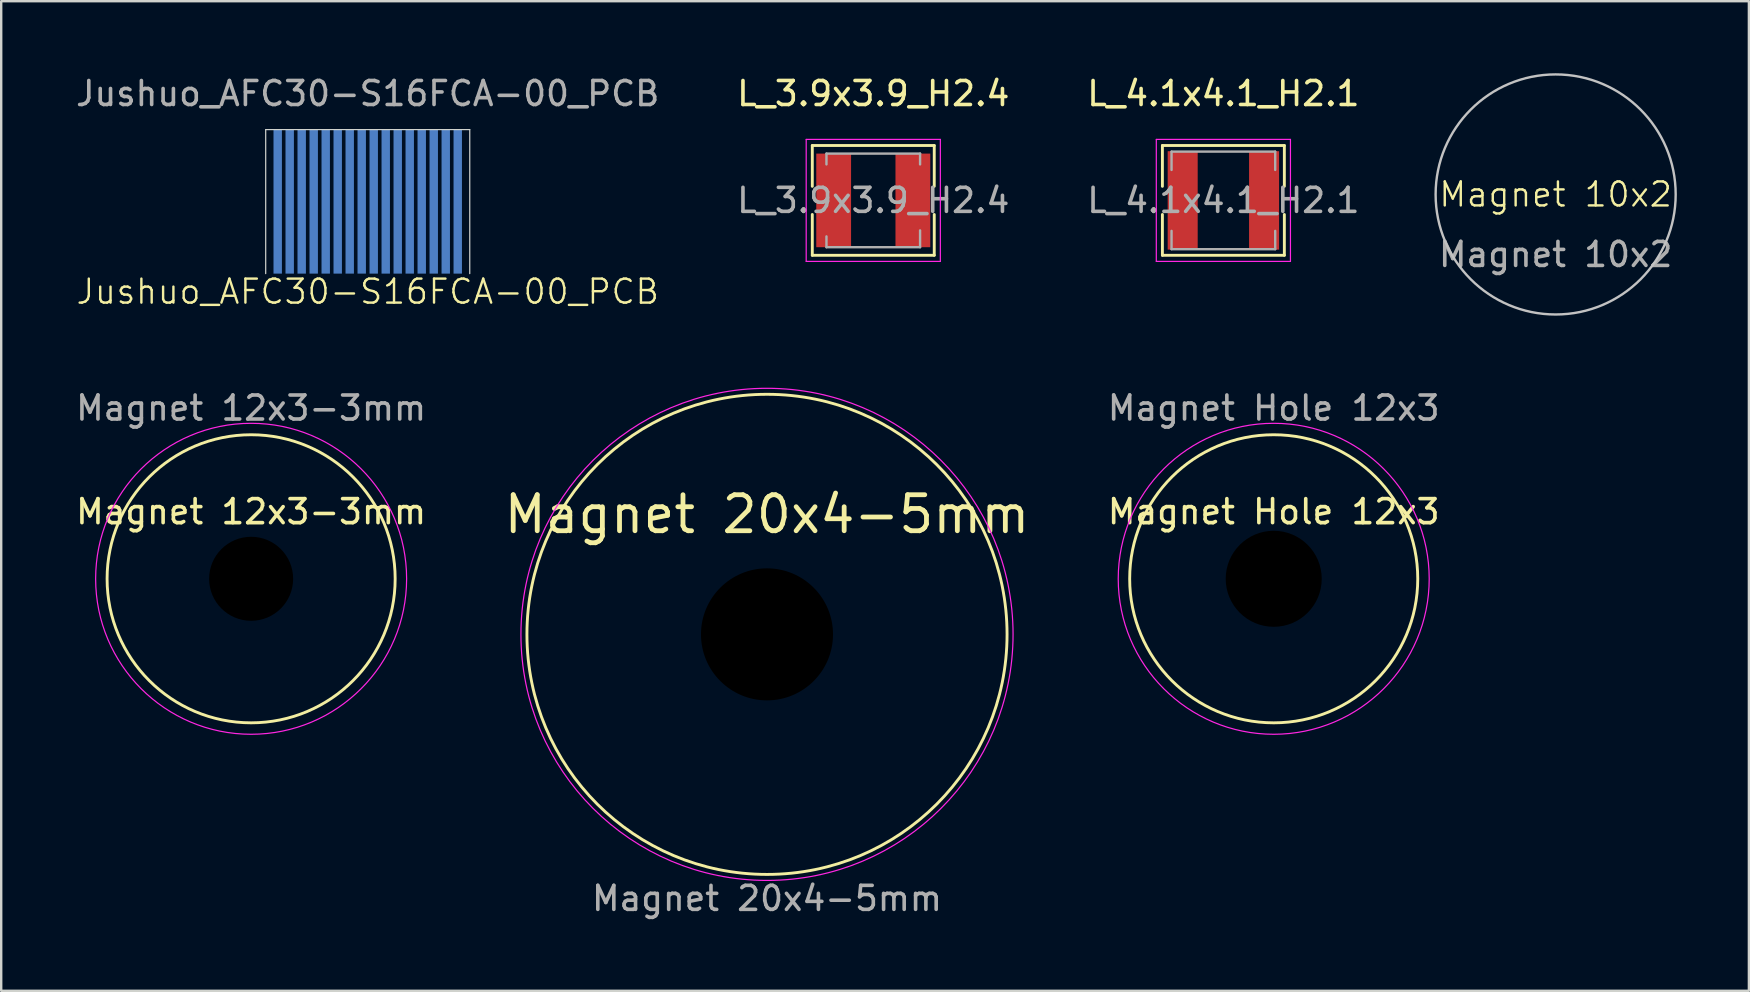
<source format=kicad_pcb>
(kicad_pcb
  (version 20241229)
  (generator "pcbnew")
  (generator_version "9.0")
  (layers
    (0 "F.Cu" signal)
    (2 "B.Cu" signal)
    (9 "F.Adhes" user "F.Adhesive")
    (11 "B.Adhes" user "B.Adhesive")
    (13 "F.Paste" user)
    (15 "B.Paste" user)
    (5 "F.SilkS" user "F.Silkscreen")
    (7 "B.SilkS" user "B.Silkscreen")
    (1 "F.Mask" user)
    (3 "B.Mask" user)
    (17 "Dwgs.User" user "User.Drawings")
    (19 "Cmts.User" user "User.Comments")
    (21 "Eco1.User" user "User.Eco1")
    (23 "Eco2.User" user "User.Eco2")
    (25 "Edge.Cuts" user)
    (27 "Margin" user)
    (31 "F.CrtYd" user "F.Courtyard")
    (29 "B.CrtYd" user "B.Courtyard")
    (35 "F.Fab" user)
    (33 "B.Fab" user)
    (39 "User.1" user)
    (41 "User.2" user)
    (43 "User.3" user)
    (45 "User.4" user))
  (footprint "Jushuo_AFC30-S16FCA-00_PCB"
    (layer "F.Cu")
    (at 12.268 5.348)
    (property "Reference" "Jushuo_AFC30-S16FCA-00_PCB" (at 0 3.75 0) (unlocked yes) (layer "F.SilkS") (effects (font (size 1 1) (thickness 0.1))))
    (attr smd)
    (fp_rect (start -4.25 -3) (end 4.25 0) (stroke (width 0) (type solid)) (fill yes) (layer "F.Mask"))
    (fp_line (start -4.25 -3) (end -4.25 3) (stroke (width 0.05) (type default)) (layer "Edge.Cuts"))
    (fp_line (start -4.25 -3) (end 4.25 -3) (stroke (width 0.05) (type default)) (layer "Edge.Cuts"))
    (fp_line (start 4.25 -3) (end 4.25 3) (stroke (width 0.05) (type default)) (layer "Edge.Cuts"))
    (fp_text user "${REFERENCE}" (at 0 -4.5 0) (unlocked yes) (layer "F.Fab") (effects (font (size 1 1) (thickness 0.15))))
    (pad "1" smd rect (at -3.75 0) (size 0.35 6) (layers "B.Cu" "B.Mask" "B.Paste"))
    (pad "2" smd rect (at -3.25 0) (size 0.35 6) (layers "B.Cu" "B.Mask" "B.Paste"))
    (pad "3" smd rect (at -2.75 0) (size 0.35 6) (layers "B.Cu" "B.Mask" "B.Paste"))
    (pad "4" smd rect (at -2.25 0) (size 0.35 6) (layers "B.Cu" "B.Mask" "B.Paste"))
    (pad "5" smd rect (at -1.75 0) (size 0.35 6) (layers "B.Cu" "B.Mask" "B.Paste"))
    (pad "6" smd rect (at -1.25 0) (size 0.35 6) (layers "B.Cu" "B.Mask" "B.Paste"))
    (pad "7" smd rect (at -0.75 0) (size 0.35 6) (layers "B.Cu" "B.Mask" "B.Paste"))
    (pad "8" smd rect (at -0.25 0) (size 0.35 6) (layers "B.Cu" "B.Mask" "B.Paste"))
    (pad "9" smd rect (at 0.25 0) (size 0.35 6) (layers "B.Cu" "B.Mask" "B.Paste"))
    (pad "10" smd rect (at 0.75 0) (size 0.35 6) (layers "B.Cu" "B.Mask" "B.Paste"))
    (pad "11" smd rect (at 1.25 0) (size 0.35 6) (layers "B.Cu" "B.Mask" "B.Paste"))
    (pad "12" smd rect (at 1.75 0) (size 0.35 6) (layers "B.Cu" "B.Mask" "B.Paste"))
    (pad "13" smd rect (at 2.25 0) (size 0.35 6) (layers "B.Cu" "B.Mask" "B.Paste"))
    (pad "14" smd rect (at 2.75 0) (size 0.35 6) (layers "B.Cu" "B.Mask" "B.Paste"))
    (pad "15" smd rect (at 3.25 0) (size 0.35 6) (layers "B.Cu" "B.Mask" "B.Paste"))
    (pad "16" smd rect (at 3.75 0) (size 0.35 6) (layers "B.Cu" "B.Mask" "B.Paste")))
  (footprint "Magnet 20x4-5mm"
    (layer "F.Cu")
    (at 28.9 23.375)
    (property "Reference" "Magnet 20x4-5mm" (at 0 -5 0) (unlocked yes) (layer "F.SilkS") (effects (font (size 1.5 1.5) (thickness 0.2))))
    (fp_circle (center 0 0) (end 10 0) (stroke (width 0.12) (type solid)) (fill no) (layer "F.SilkS"))
    (fp_circle (center 0 0) (end 10.25 0) (stroke (width 0.05) (type solid)) (fill no) (layer "F.CrtYd"))
    (fp_text user "${REFERENCE}" (at 0 11 0) (unlocked yes) (layer "F.Fab") (effects (font (size 1 1) (thickness 0.15))))
    (pad "" np_thru_hole circle (at 0 0) (size 5.5 5.5) (drill 5.5) (layers "*.Mask"))
    (zone (net_name "") (layer "F.Cu") (hatch edge 0.508) (connect_pads) (min_thickness 0.254) (filled_areas_thickness no) (keepout (tracks not_allowed) (vias not_allowed) (pads not_allowed) (copperpour not_allowed) (footprints not_allowed)) (placement (enabled no)) (fill) (polygon (pts (xy 38.4 19.375) (xy 39.15 23.384) (xy 38.4 27.375) (xy 36.15 30.625) (xy 32.9 32.875) (xy 28.9 33.625) (xy 24.9 32.875) (xy 21.65 30.625) (xy 19.4 27.375) (xy 18.65 23.384) (xy 19.4 19.375) (xy 21.65 16.125) (xy 24.9 13.875) (xy 28.9 13.125) (xy 32.9 13.875) (xy 36.15 16.125)))))
  (footprint "Magnet Hole 12x3"
    (layer "F.Cu")
    (at 50.008 21.06)
    (property "Reference" "Magnet Hole 12x3" (at 0 -2.794 0) (unlocked yes) (layer "F.SilkS") (effects (font (size 1 1) (thickness 0.15))))
    (fp_circle (center 0 0) (end 6 0) (stroke (width 0.12) (type solid)) (fill no) (layer "F.SilkS"))
    (fp_circle (center 0 0) (end 6.477 0) (stroke (width 0.05) (type solid)) (fill no) (layer "F.CrtYd"))
    (fp_text user "${REFERENCE}" (at 0 -7.112 0) (unlocked yes) (layer "F.Fab") (effects (font (size 1 1) (thickness 0.15))))
    (pad "" np_thru_hole circle (at 0 0) (size 4 4) (drill 4) (layers "*.Mask"))
    (zone (net_name "") (layers "F.Cu" "B.Cu") (hatch edge 0.508) (connect_pads) (min_thickness 0.254) (filled_areas_thickness no) (keepout (tracks not_allowed) (vias not_allowed) (pads not_allowed) (copperpour not_allowed) (footprints not_allowed)) (placement (enabled no)) (fill) (polygon (pts (xy 55.901 18.419) (xy 56.485 21.069) (xy 55.901 23.702) (xy 54.58 25.632) (xy 52.65 26.953) (xy 50.005 27.537) (xy 47.367 26.953) (xy 45.436 25.632) (xy 44.116 23.702) (xy 43.531 21.069) (xy 44.116 18.419) (xy 45.436 16.488) (xy 47.418 15.167) (xy 50.008 14.583) (xy 52.65 15.167) (xy 54.58 16.488)))))
  (footprint "L_4.1x4.1_H2.1"
    (layer "F.Cu")
    (at 47.911 5.298)
    (property "Reference" "L_4.1x4.1_H2.1" (at 0 -4.45 0) (layer "F.SilkS") (effects (font (size 1 1) (thickness 0.15))))
    (attr smd)
    (fp_line (start -2.54 -2.286) (end 2.54 -2.286) (stroke (width 0.12) (type solid)) (layer "F.SilkS"))
    (fp_line (start -2.54 -0.586) (end -2.54 -2.286) (stroke (width 0.12) (type solid)) (layer "F.SilkS"))
    (fp_line (start -2.54 2.286) (end -2.54 0.586) (stroke (width 0.12) (type solid)) (layer "F.SilkS"))
    (fp_line (start 2.54 -2.286) (end 2.54 -0.586) (stroke (width 0.12) (type solid)) (layer "F.SilkS"))
    (fp_line (start 2.54 0.586) (end 2.54 2.286) (stroke (width 0.12) (type solid)) (layer "F.SilkS"))
    (fp_line (start 2.54 2.286) (end -2.54 2.286) (stroke (width 0.12) (type solid)) (layer "F.SilkS"))
    (fp_line (start -2.794 -2.54) (end -2.794 2.54) (stroke (width 0.05) (type solid)) (layer "F.CrtYd"))
    (fp_line (start -2.794 2.54) (end 2.794 2.54) (stroke (width 0.05) (type solid)) (layer "F.CrtYd"))
    (fp_line (start 2.794 -2.54) (end -2.794 -2.54) (stroke (width 0.05) (type solid)) (layer "F.CrtYd"))
    (fp_line (start 2.794 2.54) (end 2.794 -2.54) (stroke (width 0.05) (type solid)) (layer "F.CrtYd"))
    (fp_line (start -2.159 -2.032) (end -2.159 -1.27) (stroke (width 0.1) (type solid)) (layer "F.Fab"))
    (fp_line (start -2.159 -2.032) (end 2.159 -2.032) (stroke (width 0.1) (type solid)) (layer "F.Fab"))
    (fp_line (start -2.159 2.032) (end -2.159 1.27) (stroke (width 0.1) (type solid)) (layer "F.Fab"))
    (fp_line (start -2.159 2.032) (end 2.159 2.032) (stroke (width 0.1) (type solid)) (layer "F.Fab"))
    (fp_line (start 2.159 -2.032) (end 2.159 -1.27) (stroke (width 0.1) (type solid)) (layer "F.Fab"))
    (fp_line (start 2.159 2.032) (end 2.159 1.27) (stroke (width 0.1) (type solid)) (layer "F.Fab"))
    (fp_text user "${REFERENCE}" (at 0 0 0) (layer "F.Fab") (effects (font (size 1 1) (thickness 0.15))))
    (pad "1" smd rect (at -1.695 0) (size 1.25 4.1) (layers "F.Cu" "F.Mask" "F.Paste"))
    (pad "2" smd rect (at 1.695 0) (size 1.25 4.1) (layers "F.Cu" "F.Mask" "F.Paste")))
  (footprint "Magnet 12x3-3mm"
    (layer "F.Cu")
    (at 7.411 21.06)
    (property "Reference" "Magnet 12x3-3mm" (at 0 -2.794 0) (unlocked yes) (layer "F.SilkS") (effects (font (size 1 1) (thickness 0.15))))
    (fp_circle (center 0 0) (end 6 0) (stroke (width 0.12) (type solid)) (fill no) (layer "F.SilkS"))
    (fp_circle (center 0 0) (end 6.477 0) (stroke (width 0.05) (type solid)) (fill no) (layer "F.CrtYd"))
    (fp_text user "${REFERENCE}" (at 0 -7.112 0) (unlocked yes) (layer "F.Fab") (effects (font (size 1 1) (thickness 0.15))))
    (pad "" np_thru_hole circle (at 0 0) (size 3.5 3.5) (drill 3.5) (layers "*.Mask"))
    (zone (net_name "") (layer "F.Cu") (hatch edge 0.508) (connect_pads) (min_thickness 0.254) (filled_areas_thickness no) (keepout (tracks not_allowed) (vias not_allowed) (pads not_allowed) (copperpour not_allowed) (footprints not_allowed)) (placement (enabled no)) (fill) (polygon (pts (xy 13.304 18.419) (xy 13.888 21.069) (xy 13.304 23.702) (xy 11.983 25.632) (xy 10.052 26.953) (xy 7.407 27.537) (xy 4.769 26.953) (xy 2.839 25.632) (xy 1.518 23.702) (xy 0.934 21.069) (xy 1.518 18.419) (xy 2.839 16.488) (xy 4.82 15.167) (xy 7.411 14.583) (xy 10.052 15.167) (xy 11.983 16.488)))))
  (footprint "Magnet 10x2"
    (layer "F.Cu")
    (at 61.752 5.05)
    (property "Reference" "Magnet 10x2" (at 0 0 0) (unlocked yes) (layer "F.SilkS") (effects (font (size 1 1) (thickness 0.1))))
    (fp_circle (center 0 0) (end 5 0) (stroke (width 0.1) (type default)) (fill no) (layer "Dwgs.User"))
    (fp_text user "${REFERENCE}" (at 0 2.5 0) (unlocked yes) (layer "F.Fab") (effects (font (size 1 1) (thickness 0.15)))))
  (footprint "L_3.9x3.9_H2.4"
    (layer "F.Cu")
    (at 33.327 5.298)
    (property "Reference" "L_3.9x3.9_H2.4" (at 0 -4.45 0) (layer "F.SilkS") (effects (font (size 1 1) (thickness 0.15))))
    (attr smd)
    (fp_line (start -2.54 -2.286) (end 2.54 -2.286) (stroke (width 0.12) (type solid)) (layer "F.SilkS"))
    (fp_line (start -2.54 -0.586) (end -2.54 -2.286) (stroke (width 0.12) (type solid)) (layer "F.SilkS"))
    (fp_line (start -2.54 2.286) (end -2.54 0.586) (stroke (width 0.12) (type solid)) (layer "F.SilkS"))
    (fp_line (start 2.54 -2.286) (end 2.54 -0.586) (stroke (width 0.12) (type solid)) (layer "F.SilkS"))
    (fp_line (start 2.54 0.586) (end 2.54 2.286) (stroke (width 0.12) (type solid)) (layer "F.SilkS"))
    (fp_line (start 2.54 2.286) (end -2.54 2.286) (stroke (width 0.12) (type solid)) (layer "F.SilkS"))
    (fp_line (start -2.794 -2.54) (end -2.794 2.54) (stroke (width 0.05) (type solid)) (layer "F.CrtYd"))
    (fp_line (start -2.794 2.54) (end 2.794 2.54) (stroke (width 0.05) (type solid)) (layer "F.CrtYd"))
    (fp_line (start 2.794 -2.54) (end -2.794 -2.54) (stroke (width 0.05) (type solid)) (layer "F.CrtYd"))
    (fp_line (start 2.794 2.54) (end 2.794 -2.54) (stroke (width 0.05) (type solid)) (layer "F.CrtYd"))
    (fp_line (start -1.95 -1.95) (end -1.95 -1.5) (stroke (width 0.1) (type solid)) (layer "F.Fab"))
    (fp_line (start -1.95 -1.95) (end 1.95 -1.95) (stroke (width 0.1) (type solid)) (layer "F.Fab"))
    (fp_line (start -1.95 1.95) (end -1.95 1.5) (stroke (width 0.1) (type solid)) (layer "F.Fab"))
    (fp_line (start -1.95 1.95) (end 1.95 1.95) (stroke (width 0.1) (type solid)) (layer "F.Fab"))
    (fp_line (start 1.95 -1.95) (end 1.95 -1.5) (stroke (width 0.1) (type solid)) (layer "F.Fab"))
    (fp_line (start 1.95 1.95) (end 1.95 1.25) (stroke (width 0.1) (type solid)) (layer "F.Fab"))
    (fp_text user "${REFERENCE}" (at 0 0 0) (layer "F.Fab") (effects (font (size 1 1) (thickness 0.15))))
    (pad "1" smd rect (at -1.65 0) (size 1.45 3.9) (layers "F.Cu" "F.Mask" "F.Paste"))
    (pad "2" smd rect (at 1.65 0) (size 1.45 3.9) (layers "F.Cu" "F.Mask" "F.Paste")))
  (gr_rect
    (start -3 -3)
    (end 69.802 38.223)
    (stroke (width 0.1) (type default))
    (fill no)
    (layer "Edge.Cuts")))
</source>
